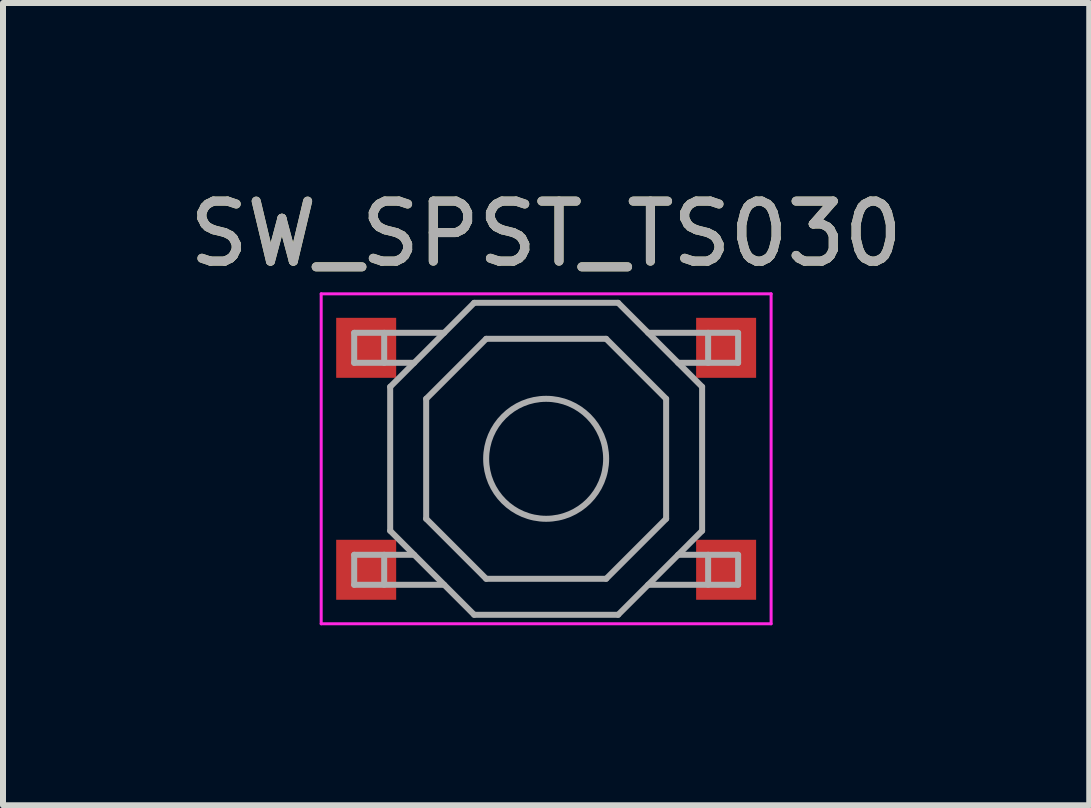
<source format=kicad_pcb>
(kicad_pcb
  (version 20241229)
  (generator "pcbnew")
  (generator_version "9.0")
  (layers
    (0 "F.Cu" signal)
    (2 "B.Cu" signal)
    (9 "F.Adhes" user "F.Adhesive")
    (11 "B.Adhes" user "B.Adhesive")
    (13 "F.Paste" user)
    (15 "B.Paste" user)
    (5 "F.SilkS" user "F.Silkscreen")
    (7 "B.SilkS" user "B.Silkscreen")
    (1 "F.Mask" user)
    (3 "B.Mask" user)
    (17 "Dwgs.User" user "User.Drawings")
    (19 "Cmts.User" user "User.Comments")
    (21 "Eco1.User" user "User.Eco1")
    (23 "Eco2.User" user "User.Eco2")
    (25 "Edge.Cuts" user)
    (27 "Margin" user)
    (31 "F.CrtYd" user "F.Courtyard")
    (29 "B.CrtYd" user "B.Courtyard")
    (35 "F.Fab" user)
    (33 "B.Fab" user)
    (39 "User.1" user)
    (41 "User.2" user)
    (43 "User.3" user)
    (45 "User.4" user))
  (footprint "SW_SPST_TS030"
    (layer "F.Cu")
    (at 6.054 4.598)
    (property "Reference" "SW_SPST_TS030" (at 0 -3.75 0) (layer "F.SilkS") (effects (font (size 1 1) (thickness 0.15))))
    (attr smd)
    (fp_line (start -3.75 -2.75) (end 3.75 -2.75) (stroke (width 0.05) (type solid)) (layer "F.CrtYd"))
    (fp_line (start -3.75 2.75) (end -3.75 -2.75) (stroke (width 0.05) (type solid)) (layer "F.CrtYd"))
    (fp_line (start 3.75 -2.75) (end 3.75 2.75) (stroke (width 0.05) (type solid)) (layer "F.CrtYd"))
    (fp_line (start 3.75 2.75) (end -3.75 2.75) (stroke (width 0.05) (type solid)) (layer "F.CrtYd"))
    (fp_line (start -3.2 -2.1) (end -3.2 -1.6) (stroke (width 0.1) (type solid)) (layer "F.Fab"))
    (fp_line (start -3.2 -1.6) (end -2.2 -1.6) (stroke (width 0.1) (type solid)) (layer "F.Fab"))
    (fp_line (start -3.2 1.6) (end -2.2 1.6) (stroke (width 0.1) (type solid)) (layer "F.Fab"))
    (fp_line (start -3.2 2.1) (end -3.2 1.6) (stroke (width 0.1) (type solid)) (layer "F.Fab"))
    (fp_line (start -2.7 -2.1) (end -2.7 -1.6) (stroke (width 0.1) (type solid)) (layer "F.Fab"))
    (fp_line (start -2.7 2.1) (end -2.7 1.6) (stroke (width 0.1) (type solid)) (layer "F.Fab"))
    (fp_line (start -2.6 -1.2) (end -2.6 1.2) (stroke (width 0.1) (type solid)) (layer "F.Fab"))
    (fp_line (start -2.6 1.2) (end -1.2 2.6) (stroke (width 0.1) (type solid)) (layer "F.Fab"))
    (fp_line (start -2 -1) (end -1 -2) (stroke (width 0.1) (type solid)) (layer "F.Fab"))
    (fp_line (start -2 1) (end -2 -1) (stroke (width 0.1) (type solid)) (layer "F.Fab"))
    (fp_line (start -1.7 -2.1) (end -3.2 -2.1) (stroke (width 0.1) (type solid)) (layer "F.Fab"))
    (fp_line (start -1.7 2.1) (end -3.2 2.1) (stroke (width 0.1) (type solid)) (layer "F.Fab"))
    (fp_line (start -1.2 -2.6) (end -2.6 -1.2) (stroke (width 0.1) (type solid)) (layer "F.Fab"))
    (fp_line (start -1.2 2.6) (end 1.2 2.6) (stroke (width 0.1) (type solid)) (layer "F.Fab"))
    (fp_line (start -1 -2) (end 1 -2) (stroke (width 0.1) (type solid)) (layer "F.Fab"))
    (fp_line (start -1 2) (end -2 1) (stroke (width 0.1) (type solid)) (layer "F.Fab"))
    (fp_line (start 1 -2) (end 2 -1) (stroke (width 0.1) (type solid)) (layer "F.Fab"))
    (fp_line (start 1 2) (end -1 2) (stroke (width 0.1) (type solid)) (layer "F.Fab"))
    (fp_line (start 1.2 -2.6) (end -1.2 -2.6) (stroke (width 0.1) (type solid)) (layer "F.Fab"))
    (fp_line (start 1.2 2.6) (end 2.6 1.2) (stroke (width 0.1) (type solid)) (layer "F.Fab"))
    (fp_line (start 1.7 -2.1) (end 3.2 -2.1) (stroke (width 0.1) (type solid)) (layer "F.Fab"))
    (fp_line (start 1.7 2.1) (end 3.2 2.1) (stroke (width 0.1) (type solid)) (layer "F.Fab"))
    (fp_line (start 2 -1) (end 2 1) (stroke (width 0.1) (type solid)) (layer "F.Fab"))
    (fp_line (start 2 1) (end 1 2) (stroke (width 0.1) (type solid)) (layer "F.Fab"))
    (fp_line (start 2.6 -1.2) (end 1.2 -2.6) (stroke (width 0.1) (type solid)) (layer "F.Fab"))
    (fp_line (start 2.6 1.2) (end 2.6 -1.2) (stroke (width 0.1) (type solid)) (layer "F.Fab"))
    (fp_line (start 2.7 -2.1) (end 2.7 -1.6) (stroke (width 0.1) (type solid)) (layer "F.Fab"))
    (fp_line (start 2.7 2.1) (end 2.7 1.6) (stroke (width 0.1) (type solid)) (layer "F.Fab"))
    (fp_line (start 3.2 -2.1) (end 3.2 -1.6) (stroke (width 0.1) (type solid)) (layer "F.Fab"))
    (fp_line (start 3.2 -1.6) (end 2.2 -1.6) (stroke (width 0.1) (type solid)) (layer "F.Fab"))
    (fp_line (start 3.2 1.6) (end 2.2 1.6) (stroke (width 0.1) (type solid)) (layer "F.Fab"))
    (fp_line (start 3.2 2.1) (end 3.2 1.6) (stroke (width 0.1) (type solid)) (layer "F.Fab"))
    (fp_circle (center 0 0) (end 1 0) (stroke (width 0.1) (type solid)) (fill no) (layer "F.Fab"))
    (fp_text user "${REFERENCE}" (at 0 -3.75 0) (layer "F.Fab") (effects (font (size 1 1) (thickness 0.15))))
    (pad "1" smd rect (at -3 -1.85) (size 1 1) (layers "F.Cu" "F.Mask" "F.Paste"))
    (pad "1" smd rect (at 3 -1.85) (size 1 1) (layers "F.Cu" "F.Mask" "F.Paste"))
    (pad "2" smd rect (at -3 1.85) (size 1 1) (layers "F.Cu" "F.Mask" "F.Paste"))
    (pad "2" smd rect (at 3 1.85) (size 1 1) (layers "F.Cu" "F.Mask" "F.Paste")))
  (gr_rect
    (start -3 -3)
    (end 15.107 10.373)
    (stroke (width 0.1) (type default))
    (fill no)
    (layer "Edge.Cuts")))
</source>
